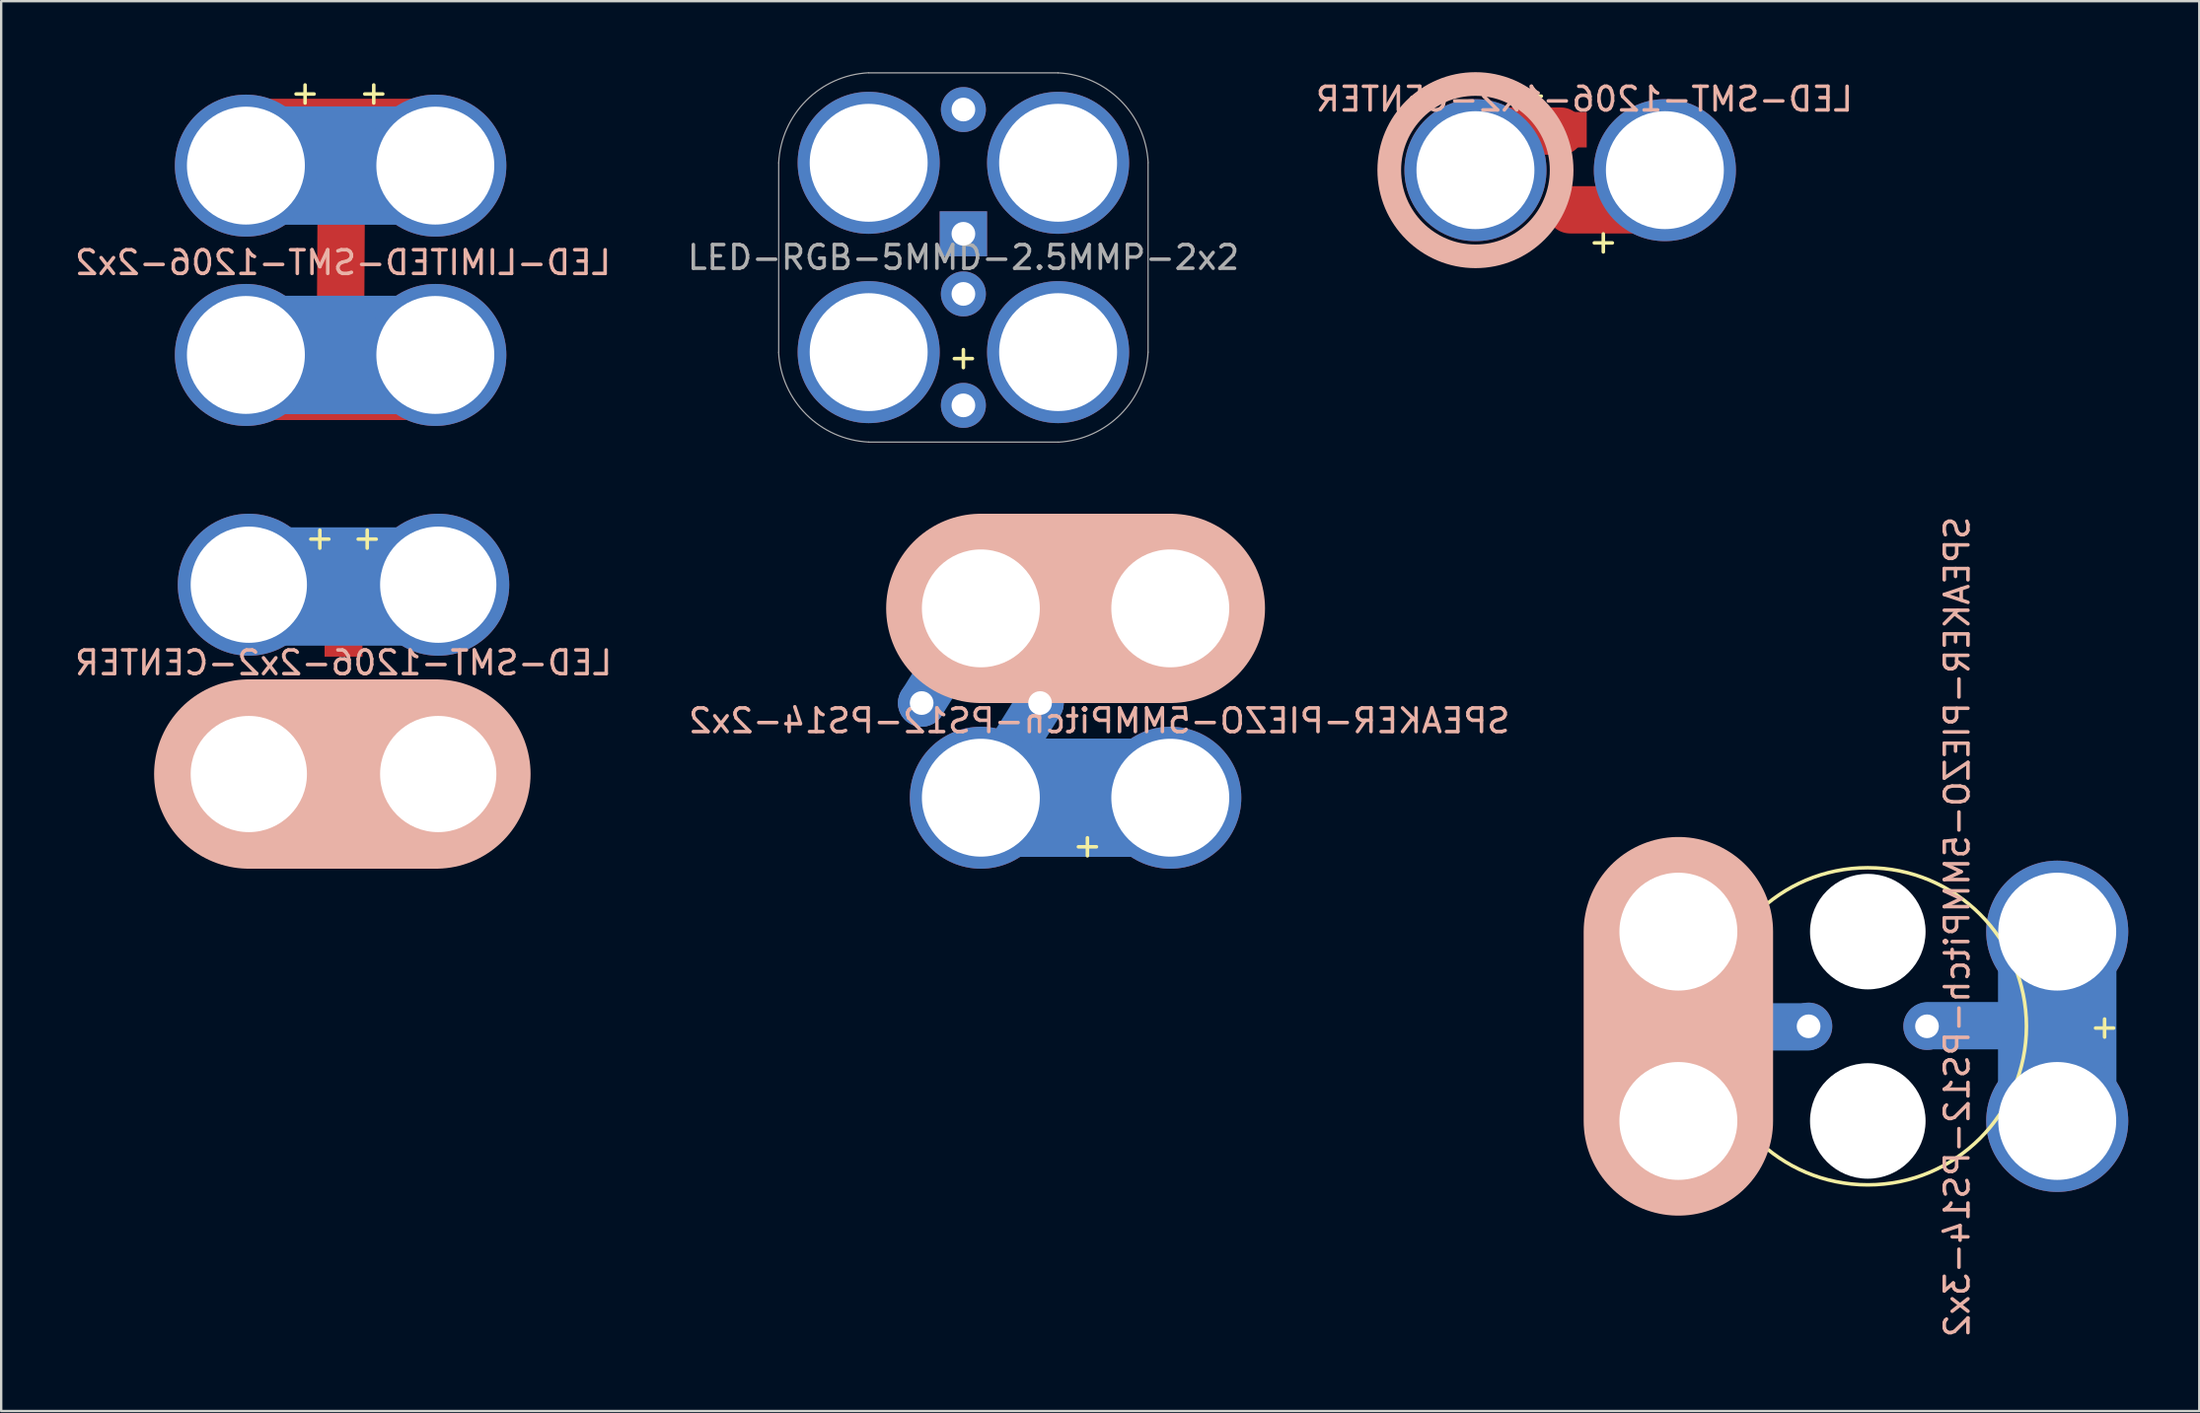
<source format=kicad_pcb>
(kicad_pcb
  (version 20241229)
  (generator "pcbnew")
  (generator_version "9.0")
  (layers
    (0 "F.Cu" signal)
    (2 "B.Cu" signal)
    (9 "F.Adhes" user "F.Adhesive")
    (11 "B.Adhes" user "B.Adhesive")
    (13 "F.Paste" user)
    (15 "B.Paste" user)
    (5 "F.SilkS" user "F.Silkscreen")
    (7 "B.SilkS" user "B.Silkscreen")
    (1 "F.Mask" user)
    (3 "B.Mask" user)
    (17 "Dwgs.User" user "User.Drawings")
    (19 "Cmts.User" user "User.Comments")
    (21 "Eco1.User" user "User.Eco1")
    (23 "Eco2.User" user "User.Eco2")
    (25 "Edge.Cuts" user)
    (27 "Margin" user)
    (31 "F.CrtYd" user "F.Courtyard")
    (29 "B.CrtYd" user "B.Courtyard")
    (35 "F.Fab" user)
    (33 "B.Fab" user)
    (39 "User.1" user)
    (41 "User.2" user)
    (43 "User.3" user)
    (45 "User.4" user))
  (footprint "LED-SMT-1206-1x2-CENTER"
    (layer "F.Cu")
    (at 63.263 4.14)
    (property "Reference" "LED-SMT-1206-1x2-CENTER" (at 0.6 -3 180) (layer "B.SilkS") (effects (font (size 1 1) (thickness 0.15)) (justify mirror)))
    (attr through_hole)
    (fp_line (start -4.25 -1.65) (end -0.4 -1.65) (stroke (width 2) (type solid)) (layer "F.Cu"))
    (fp_line (start 0 1.675) (end 3.85 1.675) (stroke (width 2) (type solid)) (layer "F.Cu"))
    (fp_circle (center -4 0) (end -3 3.5) (stroke (width 1) (type solid)) (fill no) (layer "B.SilkS"))
    (fp_text user "-" (at -1.6 -3.2 0) (layer "F.SilkS") (effects (font (size 1 1) (thickness 0.15))))
    (fp_text user "+" (at 1.4 3 0) (layer "F.SilkS") (effects (font (size 1 1) (thickness 0.15))))
    (fp_text user "" (at 0 0 90) (layer "B.SilkS") (effects (font (size 1 1) (thickness 0.15)) (justify mirror)))
    (pad "+" smd rect (at 0 1.71) (size 1.4 1.4) (layers "F.Cu" "F.Mask" "F.Paste"))
    (pad "+" thru_hole circle (at 4 0) (size 6 6) (drill 4.98) (layers "*.Cu" "*.Mask"))
    (pad "-" thru_hole circle (at -4 0) (size 6 6) (drill 4.98) (layers "*.Cu" "*.Mask"))
    (pad "-" smd rect (at 0 -1.71) (size 1.4 1.5) (layers "F.Cu" "F.Mask" "F.Paste")))
  (footprint "SPEAKER-PIEZO-5MMPitch-PS12-PS14-3x2"
    (layer "F.Cu")
    (at 75.833 44.316)
    (property "Reference" "SPEAKER-PIEZO-5MMPitch-PS12-PS14-3x2" (at 3.775 -8.2 90) (layer "B.SilkS") (effects (font (size 1 1) (thickness 0.15)) (justify mirror)))
    (attr through_hole)
    (fp_line (start -8 -8) (end -8 0) (stroke (width 5) (type solid)) (layer "B.Cu"))
    (fp_line (start -2.55 -3.975) (end -7.3 -3.975) (stroke (width 2) (type solid)) (layer "B.Cu"))
    (fp_line (start 7.275 -4.025) (end 2.525 -4.025) (stroke (width 2) (type solid)) (layer "B.Cu"))
    (fp_line (start 8 -8) (end 8 0) (stroke (width 5) (type solid)) (layer "B.Cu"))
    (fp_line (start -8 -8) (end -8 0) (stroke (width 5) (type solid)) (layer "B.Mask"))
    (fp_line (start 8 -8) (end 8 0) (stroke (width 5) (type solid)) (layer "B.Mask"))
    (fp_circle (center 0 -4) (end 6.7 -4) (stroke (width 0.15) (type solid)) (fill no) (layer "F.SilkS"))
    (fp_line (start -8 -8) (end -8 0) (stroke (width 8) (type solid)) (layer "B.SilkS"))
    (fp_text user "+" (at 10 -4 0) (layer "F.SilkS") (effects (font (size 1 1) (thickness 0.15))))
    (fp_text user "-" (at -10 -4 0) (layer "F.SilkS") (effects (font (size 1 1) (thickness 0.15))))
    (pad "" np_thru_hole circle (at 0 -8) (size 4.88 4.88) (drill 4.98) (layers "*.Cu" "*.Mask"))
    (pad "" np_thru_hole circle (at 0 0) (size 4.88 4.88) (drill 4.98) (layers "*.Cu" "*.Mask"))
    (pad "1" thru_hole circle (at -8 -8) (size 6 6) (drill 4.98) (layers "*.Cu" "*.Mask"))
    (pad "1" thru_hole circle (at -8 0) (size 6 6) (drill 4.98) (layers "*.Cu" "*.Mask"))
    (pad "1" thru_hole circle (at -2.5 -4) (size 2 2) (drill 1.001) (layers "*.Cu" "*.Mask"))
    (pad "2" thru_hole circle (at 2.5 -4) (size 2 2) (drill 1.001) (layers "*.Cu" "*.Mask"))
    (pad "2" thru_hole circle (at 8 -8) (size 6 6) (drill 4.98) (layers "*.Cu" "*.Mask"))
    (pad "2" thru_hole circle (at 8 0) (size 6 6) (drill 4.98) (layers "*.Cu" "*.Mask")))
  (footprint "LED-RGB-5MMD-2.5MMP-2x2"
    (layer "F.Cu")
    (at 33.637 11.829)
    (property "Reference" "LED-RGB-5MMD-2.5MMP-2x2" (at 4 -4 0) (layer "F.Fab") (effects (font (size 1 1) (thickness 0.15))))
    (attr through_hole)
    (fp_line (start -3.8 -8) (end -3.8 0) (stroke (width 0.05) (type solid)) (layer "F.Fab"))
    (fp_line (start 0 -11.8) (end 8 -11.8) (stroke (width 0.05) (type solid)) (layer "F.Fab"))
    (fp_line (start 0 3.8) (end 8 3.8) (stroke (width 0.05) (type solid)) (layer "F.Fab"))
    (fp_line (start 11.8 -8) (end 11.8 0) (stroke (width 0.05) (type solid)) (layer "F.Fab"))
    (fp_arc (start -3.8 -8) (mid -2.636928 -10.631138) (end -0.009972 -11.803625) (stroke (width 0.05) (type solid)) (layer "F.Fab"))
    (fp_arc (start 0 3.8) (mid -2.631138 2.636928) (end -3.803625 0.009972) (stroke (width 0.05) (type solid)) (layer "F.Fab"))
    (fp_arc (start 8 -11.8) (mid 10.631138 -10.636928) (end 11.803625 -8.009972) (stroke (width 0.05) (type solid)) (layer "F.Fab"))
    (fp_arc (start 11.8 0) (mid 10.636928 2.631138) (end 8.009972 3.803625) (stroke (width 0.05) (type solid)) (layer "F.Fab"))
    (fp_text user "+" (at 4 0.2 0) (layer "F.SilkS") (effects (font (size 1 1) (thickness 0.15))))
    (pad "+" thru_hole circle (at 4 -10.25 270) (size 1.9 1.9) (drill 1.001) (layers "*.Cu" "*.Mask"))
    (pad "+" thru_hole circle (at 4 -2.46 270) (size 1.9 1.9) (drill 1.001) (layers "*.Cu" "*.Mask"))
    (pad "+" thru_hole circle (at 4 2.25 270) (size 1.9 1.9) (drill 1.001) (layers "*.Cu" "*.Mask"))
    (pad "-" thru_hole rect (at 4 -5) (size 2 1.9) (drill 1.001) (layers "*.Cu" "*.Mask"))
    (pad "B" thru_hole circle (at 8 0) (size 6 6) (drill 4.98) (layers "*.Cu" "*.Mask"))
    (pad "COM" thru_hole circle (at 0 -8) (size 6 6) (drill 4.98) (layers "*.Cu" "*.Mask"))
    (pad "G" thru_hole circle (at 8 -8) (size 6 6) (drill 4.98) (layers "*.Cu" "*.Mask"))
    (pad "R" thru_hole circle (at 0 0) (size 6 6) (drill 4.98) (layers "*.Cu" "*.Mask")))
  (footprint "LED-SMT-1206-2x2-CENTER"
    (layer "F.Cu")
    (at 11.458 25.657)
    (property "Reference" "LED-SMT-1206-2x2-CENTER" (at 0 -0.7 0) (layer "B.SilkS") (effects (font (size 1 1) (thickness 0.15)) (justify mirror)))
    (attr through_hole)
    (fp_line (start -4 4) (end 3.9 4) (stroke (width 5) (type solid)) (layer "B.Cu"))
    (fp_line (start -3.975 -3.925) (end 3.925 -3.925) (stroke (width 5) (type solid)) (layer "B.Cu"))
    (fp_line (start -4 4) (end 3.9 4) (stroke (width 5) (type solid)) (layer "B.Mask"))
    (fp_line (start -3.975 -3.925) (end 3.925 -3.925) (stroke (width 5) (type solid)) (layer "B.Mask"))
    (fp_line (start -4 4) (end 3.9 4) (stroke (width 8) (type solid)) (layer "B.SilkS"))
    (fp_text user "+" (at -1 -6 0) (layer "F.SilkS") (effects (font (size 1 1) (thickness 0.15))))
    (fp_text user "+" (at 1 -6 0) (layer "F.SilkS") (effects (font (size 1 1) (thickness 0.15))))
    (pad "1" thru_hole circle (at -4 -4) (size 6 6) (drill 4.91) (layers "*.Cu" "*.Mask"))
    (pad "1" smd rect (at 0 -1.71) (size 1.6 1.5) (layers "F.Cu" "F.Mask" "F.Paste"))
    (pad "1" thru_hole circle (at 4 -4) (size 6 6) (drill 4.91) (layers "*.Cu" "*.Mask"))
    (pad "2" thru_hole circle (at -4 4) (size 6 6) (drill 4.91) (layers "*.Cu" "*.Mask"))
    (pad "2" smd rect (at 0 1.71) (size 1.6 1.5) (layers "F.Cu" "F.Mask" "F.Paste"))
    (pad "2" thru_hole circle (at 4 4) (size 6 6) (drill 4.91) (layers "*.Cu" "*.Mask")))
  (footprint "SPEAKER-PIEZO-5MMPitch-PS12-PS14-2x2"
    (layer "F.Cu")
    (at 46.375 30.657)
    (property "Reference" "SPEAKER-PIEZO-5MMPitch-PS12-PS14-2x2" (at -3 -3.25 0) (layer "B.SilkS") (effects (font (size 1 1) (thickness 0.15)) (justify mirror)))
    (attr through_hole)
    (fp_line (start -10.5 -4) (end -8 -8) (stroke (width 2) (type solid)) (layer "B.Cu"))
    (fp_line (start -8 -8) (end 0 -8) (stroke (width 5) (type solid)) (layer "B.Cu"))
    (fp_line (start -8 0) (end -5.5 -4) (stroke (width 2) (type solid)) (layer "B.Cu"))
    (fp_line (start -8 0) (end 0 0) (stroke (width 5) (type solid)) (layer "B.Cu"))
    (fp_line (start -8 -8) (end 0 -8) (stroke (width 5) (type solid)) (layer "B.Mask"))
    (fp_line (start -8 0) (end 0 0) (stroke (width 5) (type solid)) (layer "B.Mask"))
    (fp_line (start -8 -8) (end 0 -8) (stroke (width 8) (type solid)) (layer "B.SilkS"))
    (fp_text user "+" (at -3.5 2 0) (layer "F.SilkS") (effects (font (size 1 1) (thickness 0.15))))
    (pad "1" thru_hole circle (at -10.5 -4) (size 2 2) (drill 1.001) (layers "*.Cu" "*.Mask"))
    (pad "1" thru_hole circle (at -8 -8) (size 6 6) (drill 4.98) (layers "*.Cu" "*.Mask"))
    (pad "1" thru_hole circle (at 0 -8) (size 6 6) (drill 4.98) (layers "*.Cu" "*.Mask"))
    (pad "2" thru_hole circle (at -8 0) (size 6 6) (drill 4.98) (layers "*.Cu" "*.Mask"))
    (pad "2" thru_hole circle (at -5.5 -4) (size 2 2) (drill 1.001) (layers "*.Cu" "*.Mask"))
    (pad "2" thru_hole circle (at 0 0) (size 6 6) (drill 4.98) (layers "*.Cu" "*.Mask")))
  (footprint "LED-LIMITED-SMT-1206-2x2"
    (layer "F.Cu")
    (at 11.335 7.948)
    (property "Reference" "LED-LIMITED-SMT-1206-2x2" (at 0.1 0.1 0) (layer "B.SilkS") (effects (font (size 1 1) (thickness 0.15)) (justify mirror)))
    (attr through_hole)
    (fp_line (start -4.2 -5.825) (end 3.925 -5.825) (stroke (width 2) (type solid)) (layer "F.Cu"))
    (fp_line (start -3.95 5.75) (end 4.175 5.75) (stroke (width 2) (type solid)) (layer "F.Cu"))
    (fp_line (start 0 2.15) (end 0.025 -2.275) (stroke (width 2) (type solid)) (layer "F.Cu"))
    (fp_line (start -4 -4) (end 3.9 -4) (stroke (width 5) (type solid)) (layer "B.Cu"))
    (fp_line (start -4 4) (end 3.9 4) (stroke (width 5) (type solid)) (layer "B.Cu"))
    (fp_line (start -4 -4) (end 3.9 -4) (stroke (width 5) (type solid)) (layer "B.Mask"))
    (fp_line (start -4 4) (end 3.9 4) (stroke (width 5) (type solid)) (layer "B.Mask"))
    (fp_text user "+" (at -1.5 -7.1 0) (layer "F.SilkS") (effects (font (size 1 1) (thickness 0.15))))
    (fp_text user "+" (at 1.4 -7.1 0) (layer "F.SilkS") (effects (font (size 1 1) (thickness 0.15))))
    (pad "1" thru_hole circle (at -4 -4) (size 6 6) (drill 4.98) (layers "*.Cu" "*.Mask"))
    (pad "1" smd rect (at 0 -5.81) (size 1.6 1.5) (layers "F.Cu" "F.Mask" "F.Paste"))
    (pad "1" thru_hole circle (at 4 -4) (size 6 6) (drill 4.98) (layers "*.Cu" "*.Mask"))
    (pad "2" thru_hole circle (at -4 4) (size 6 6) (drill 4.98) (layers "*.Cu" "*.Mask"))
    (pad "2" smd rect (at 0 5.71) (size 1.6 1.5) (layers "F.Cu" "F.Mask" "F.Paste"))
    (pad "2" thru_hole circle (at 4 4) (size 6 6) (drill 4.98) (layers "*.Cu" "*.Mask"))
    (pad "3" smd rect (at 0 -2.39) (size 1.6 1.5) (layers "F.Cu" "F.Mask" "F.Paste"))
    (pad "3" smd rect (at 0 2.29) (size 1.6 1.5) (layers "F.Cu" "F.Mask" "F.Paste")))
  (gr_rect
    (start -3 -3)
    (end 89.833 56.574)
    (stroke (width 0.1) (type default))
    (fill no)
    (layer "Edge.Cuts")))
</source>
